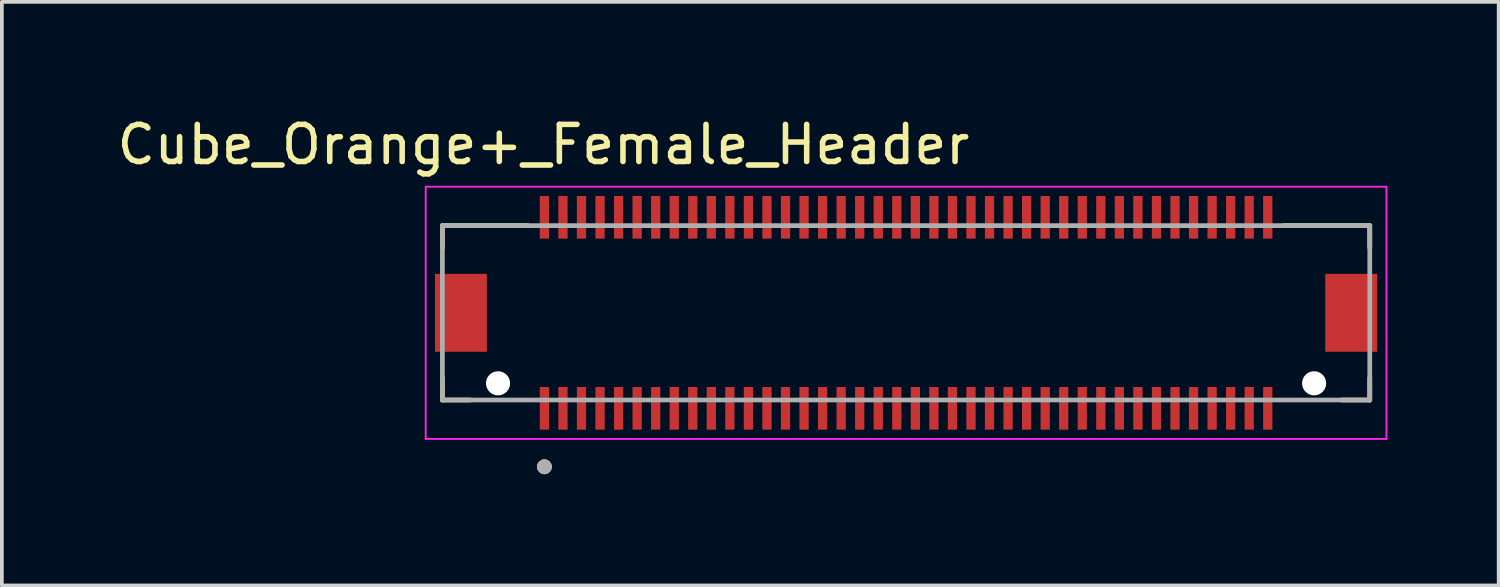
<source format=kicad_pcb>
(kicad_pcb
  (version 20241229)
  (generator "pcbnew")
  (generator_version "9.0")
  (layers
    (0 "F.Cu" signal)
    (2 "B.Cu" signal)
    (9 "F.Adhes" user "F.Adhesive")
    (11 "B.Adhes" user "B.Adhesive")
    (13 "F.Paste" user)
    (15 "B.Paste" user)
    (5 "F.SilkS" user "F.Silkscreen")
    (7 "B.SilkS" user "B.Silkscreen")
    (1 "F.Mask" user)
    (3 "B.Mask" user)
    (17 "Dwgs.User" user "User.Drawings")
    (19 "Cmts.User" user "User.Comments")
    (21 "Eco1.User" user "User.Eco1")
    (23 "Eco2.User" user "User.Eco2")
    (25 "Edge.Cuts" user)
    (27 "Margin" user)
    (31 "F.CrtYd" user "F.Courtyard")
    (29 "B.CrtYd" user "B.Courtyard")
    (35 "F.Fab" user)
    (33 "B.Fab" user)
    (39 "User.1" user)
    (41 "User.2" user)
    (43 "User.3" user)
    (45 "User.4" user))
  (footprint "Cube_Orange+_Female_Header"
    (layer "F.Cu")
    (at 21.376 5.383)
    (property "Reference" "Cube_Orange+_Female_Header" (at -9.775 -4.535 0) (layer "F.SilkS") (effects (font (size 1 1) (thickness 0.15))))
    (attr smd)
    (fp_line (start -12.5 -2.35) (end -12.5 -1.75) (stroke (width 0.127) (type solid)) (layer "F.SilkS"))
    (fp_line (start -12.5 2.35) (end -12.5 1.75) (stroke (width 0.127) (type solid)) (layer "F.SilkS"))
    (fp_line (start -12.5 2.35) (end -11.75 2.35) (stroke (width 0.127) (type solid)) (layer "F.SilkS"))
    (fp_line (start -10.195 -2.35) (end -12.5 -2.35) (stroke (width 0.127) (type solid)) (layer "F.SilkS"))
    (fp_line (start 11.75 2.35) (end 12.5 2.35) (stroke (width 0.127) (type solid)) (layer "F.SilkS"))
    (fp_line (start 12.5 -2.35) (end 10.195 -2.35) (stroke (width 0.127) (type solid)) (layer "F.SilkS"))
    (fp_line (start 12.5 -2.35) (end 12.5 -1.75) (stroke (width 0.127) (type solid)) (layer "F.SilkS"))
    (fp_line (start 12.5 2.35) (end 12.5 1.75) (stroke (width 0.127) (type solid)) (layer "F.SilkS"))
    (fp_circle (center -9.75 4.15) (end -9.65 4.15) (stroke (width 0.2) (type solid)) (fill no) (layer "F.SilkS"))
    (fp_line (start -12.95 -3.4) (end -12.95 3.4) (stroke (width 0.05) (type solid)) (layer "F.CrtYd"))
    (fp_line (start -12.95 3.4) (end 12.95 3.4) (stroke (width 0.05) (type solid)) (layer "F.CrtYd"))
    (fp_line (start 12.95 -3.4) (end -12.95 -3.4) (stroke (width 0.05) (type solid)) (layer "F.CrtYd"))
    (fp_line (start 12.95 3.4) (end 12.95 -3.4) (stroke (width 0.05) (type solid)) (layer "F.CrtYd"))
    (fp_line (start -12.5 -2.35) (end -12.5 2.35) (stroke (width 0.127) (type solid)) (layer "F.Fab"))
    (fp_line (start -12.5 2.35) (end 12.5 2.35) (stroke (width 0.127) (type solid)) (layer "F.Fab"))
    (fp_line (start 12.5 -2.35) (end -12.5 -2.35) (stroke (width 0.127) (type solid)) (layer "F.Fab"))
    (fp_line (start 12.5 2.35) (end 12.5 -2.35) (stroke (width 0.127) (type solid)) (layer "F.Fab"))
    (fp_circle (center -9.75 4.15) (end -9.65 4.15) (stroke (width 0.2) (type solid)) (fill no) (layer "F.Fab"))
    (pad "" np_thru_hole circle (at -11 1.9) (size 0.65 0.65) (drill 0.65) (layers "*.Cu" "*.Mask"))
    (pad "" np_thru_hole circle (at 11 1.9) (size 0.65 0.65) (drill 0.65) (layers "*.Cu" "*.Mask"))
    (pad "1" smd rect (at -9.75 2.575) (size 0.25 1.15) (layers "F.Cu" "F.Mask" "F.Paste"))
    (pad "2" smd rect (at -9.75 -2.575) (size 0.25 1.15) (layers "F.Cu" "F.Mask" "F.Paste"))
    (pad "3" smd rect (at -9.25 2.575) (size 0.25 1.15) (layers "F.Cu" "F.Mask" "F.Paste"))
    (pad "4" smd rect (at -9.25 -2.575) (size 0.25 1.15) (layers "F.Cu" "F.Mask" "F.Paste"))
    (pad "5" smd rect (at -8.75 2.575) (size 0.25 1.15) (layers "F.Cu" "F.Mask" "F.Paste"))
    (pad "6" smd rect (at -8.75 -2.575) (size 0.25 1.15) (layers "F.Cu" "F.Mask" "F.Paste"))
    (pad "7" smd rect (at -8.25 2.575) (size 0.25 1.15) (layers "F.Cu" "F.Mask" "F.Paste"))
    (pad "8" smd rect (at -8.25 -2.575) (size 0.25 1.15) (layers "F.Cu" "F.Mask" "F.Paste"))
    (pad "9" smd rect (at -7.75 2.575) (size 0.25 1.15) (layers "F.Cu" "F.Mask" "F.Paste"))
    (pad "10" smd rect (at -7.75 -2.575) (size 0.25 1.15) (layers "F.Cu" "F.Mask" "F.Paste"))
    (pad "11" smd rect (at -7.25 2.575) (size 0.25 1.15) (layers "F.Cu" "F.Mask" "F.Paste"))
    (pad "12" smd rect (at -7.25 -2.575) (size 0.25 1.15) (layers "F.Cu" "F.Mask" "F.Paste"))
    (pad "13" smd rect (at -6.75 2.575) (size 0.25 1.15) (layers "F.Cu" "F.Mask" "F.Paste"))
    (pad "14" smd rect (at -6.75 -2.575) (size 0.25 1.15) (layers "F.Cu" "F.Mask" "F.Paste"))
    (pad "15" smd rect (at -6.25 2.575) (size 0.25 1.15) (layers "F.Cu" "F.Mask" "F.Paste"))
    (pad "16" smd rect (at -6.25 -2.575) (size 0.25 1.15) (layers "F.Cu" "F.Mask" "F.Paste"))
    (pad "17" smd rect (at -5.75 2.575) (size 0.25 1.15) (layers "F.Cu" "F.Mask" "F.Paste"))
    (pad "18" smd rect (at -5.75 -2.575) (size 0.25 1.15) (layers "F.Cu" "F.Mask" "F.Paste"))
    (pad "19" smd rect (at -5.25 2.575) (size 0.25 1.15) (layers "F.Cu" "F.Mask" "F.Paste"))
    (pad "20" smd rect (at -5.25 -2.575) (size 0.25 1.15) (layers "F.Cu" "F.Mask" "F.Paste"))
    (pad "21" smd rect (at -4.75 2.575) (size 0.25 1.15) (layers "F.Cu" "F.Mask" "F.Paste"))
    (pad "22" smd rect (at -4.75 -2.575) (size 0.25 1.15) (layers "F.Cu" "F.Mask" "F.Paste"))
    (pad "23" smd rect (at -4.25 2.575) (size 0.25 1.15) (layers "F.Cu" "F.Mask" "F.Paste"))
    (pad "24" smd rect (at -4.25 -2.575) (size 0.25 1.15) (layers "F.Cu" "F.Mask" "F.Paste"))
    (pad "25" smd rect (at -3.75 2.575) (size 0.25 1.15) (layers "F.Cu" "F.Mask" "F.Paste"))
    (pad "26" smd rect (at -3.75 -2.575) (size 0.25 1.15) (layers "F.Cu" "F.Mask" "F.Paste"))
    (pad "27" smd rect (at -3.25 2.575) (size 0.25 1.15) (layers "F.Cu" "F.Mask" "F.Paste"))
    (pad "28" smd rect (at -3.25 -2.575) (size 0.25 1.15) (layers "F.Cu" "F.Mask" "F.Paste"))
    (pad "29" smd rect (at -2.75 2.575) (size 0.25 1.15) (layers "F.Cu" "F.Mask" "F.Paste"))
    (pad "30" smd rect (at -2.75 -2.575) (size 0.25 1.15) (layers "F.Cu" "F.Mask" "F.Paste"))
    (pad "31" smd rect (at -2.25 2.575) (size 0.25 1.15) (layers "F.Cu" "F.Mask" "F.Paste"))
    (pad "32" smd rect (at -2.25 -2.575) (size 0.25 1.15) (layers "F.Cu" "F.Mask" "F.Paste"))
    (pad "33" smd rect (at -1.75 2.575) (size 0.25 1.15) (layers "F.Cu" "F.Mask" "F.Paste"))
    (pad "34" smd rect (at -1.75 -2.575) (size 0.25 1.15) (layers "F.Cu" "F.Mask" "F.Paste"))
    (pad "35" smd rect (at -1.25 2.575) (size 0.25 1.15) (layers "F.Cu" "F.Mask" "F.Paste"))
    (pad "36" smd rect (at -1.25 -2.575) (size 0.25 1.15) (layers "F.Cu" "F.Mask" "F.Paste"))
    (pad "37" smd rect (at -0.75 2.575) (size 0.25 1.15) (layers "F.Cu" "F.Mask" "F.Paste"))
    (pad "38" smd rect (at -0.75 -2.575) (size 0.25 1.15) (layers "F.Cu" "F.Mask" "F.Paste"))
    (pad "39" smd rect (at -0.25 2.575) (size 0.25 1.15) (layers "F.Cu" "F.Mask" "F.Paste"))
    (pad "40" smd rect (at -0.25 -2.575) (size 0.25 1.15) (layers "F.Cu" "F.Mask" "F.Paste"))
    (pad "41" smd rect (at 0.25 2.575) (size 0.25 1.15) (layers "F.Cu" "F.Mask" "F.Paste"))
    (pad "42" smd rect (at 0.25 -2.575) (size 0.25 1.15) (layers "F.Cu" "F.Mask" "F.Paste"))
    (pad "43" smd rect (at 0.75 2.575) (size 0.25 1.15) (layers "F.Cu" "F.Mask" "F.Paste"))
    (pad "44" smd rect (at 0.75 -2.575) (size 0.25 1.15) (layers "F.Cu" "F.Mask" "F.Paste"))
    (pad "45" smd rect (at 1.25 2.575) (size 0.25 1.15) (layers "F.Cu" "F.Mask" "F.Paste"))
    (pad "46" smd rect (at 1.25 -2.575) (size 0.25 1.15) (layers "F.Cu" "F.Mask" "F.Paste"))
    (pad "47" smd rect (at 1.75 2.575) (size 0.25 1.15) (layers "F.Cu" "F.Mask" "F.Paste"))
    (pad "48" smd rect (at 1.75 -2.575) (size 0.25 1.15) (layers "F.Cu" "F.Mask" "F.Paste"))
    (pad "49" smd rect (at 2.25 2.575) (size 0.25 1.15) (layers "F.Cu" "F.Mask" "F.Paste"))
    (pad "50" smd rect (at 2.25 -2.575) (size 0.25 1.15) (layers "F.Cu" "F.Mask" "F.Paste"))
    (pad "51" smd rect (at 2.75 2.575) (size 0.25 1.15) (layers "F.Cu" "F.Mask" "F.Paste"))
    (pad "52" smd rect (at 2.75 -2.575) (size 0.25 1.15) (layers "F.Cu" "F.Mask" "F.Paste"))
    (pad "53" smd rect (at 3.25 2.575) (size 0.25 1.15) (layers "F.Cu" "F.Mask" "F.Paste"))
    (pad "54" smd rect (at 3.25 -2.575) (size 0.25 1.15) (layers "F.Cu" "F.Mask" "F.Paste"))
    (pad "55" smd rect (at 3.75 2.575) (size 0.25 1.15) (layers "F.Cu" "F.Mask" "F.Paste"))
    (pad "56" smd rect (at 3.75 -2.575) (size 0.25 1.15) (layers "F.Cu" "F.Mask" "F.Paste"))
    (pad "57" smd rect (at 4.25 2.575) (size 0.25 1.15) (layers "F.Cu" "F.Mask" "F.Paste"))
    (pad "58" smd rect (at 4.25 -2.575) (size 0.25 1.15) (layers "F.Cu" "F.Mask" "F.Paste"))
    (pad "59" smd rect (at 4.75 2.575) (size 0.25 1.15) (layers "F.Cu" "F.Mask" "F.Paste"))
    (pad "60" smd rect (at 4.75 -2.575) (size 0.25 1.15) (layers "F.Cu" "F.Mask" "F.Paste"))
    (pad "61" smd rect (at 5.25 2.575) (size 0.25 1.15) (layers "F.Cu" "F.Mask" "F.Paste"))
    (pad "62" smd rect (at 5.25 -2.575) (size 0.25 1.15) (layers "F.Cu" "F.Mask" "F.Paste"))
    (pad "63" smd rect (at 5.75 2.575) (size 0.25 1.15) (layers "F.Cu" "F.Mask" "F.Paste"))
    (pad "64" smd rect (at 5.75 -2.575) (size 0.25 1.15) (layers "F.Cu" "F.Mask" "F.Paste"))
    (pad "65" smd rect (at 6.25 2.575) (size 0.25 1.15) (layers "F.Cu" "F.Mask" "F.Paste"))
    (pad "66" smd rect (at 6.25 -2.575) (size 0.25 1.15) (layers "F.Cu" "F.Mask" "F.Paste"))
    (pad "67" smd rect (at 6.75 2.575) (size 0.25 1.15) (layers "F.Cu" "F.Mask" "F.Paste"))
    (pad "68" smd rect (at 6.75 -2.575) (size 0.25 1.15) (layers "F.Cu" "F.Mask" "F.Paste"))
    (pad "69" smd rect (at 7.25 2.575) (size 0.25 1.15) (layers "F.Cu" "F.Mask" "F.Paste"))
    (pad "70" smd rect (at 7.25 -2.575) (size 0.25 1.15) (layers "F.Cu" "F.Mask" "F.Paste"))
    (pad "71" smd rect (at 7.75 2.575) (size 0.25 1.15) (layers "F.Cu" "F.Mask" "F.Paste"))
    (pad "72" smd rect (at 7.75 -2.575) (size 0.25 1.15) (layers "F.Cu" "F.Mask" "F.Paste"))
    (pad "73" smd rect (at 8.25 2.575) (size 0.25 1.15) (layers "F.Cu" "F.Mask" "F.Paste"))
    (pad "74" smd rect (at 8.25 -2.575) (size 0.25 1.15) (layers "F.Cu" "F.Mask" "F.Paste"))
    (pad "75" smd rect (at 8.75 2.575) (size 0.25 1.15) (layers "F.Cu" "F.Mask" "F.Paste"))
    (pad "76" smd rect (at 8.75 -2.575) (size 0.25 1.15) (layers "F.Cu" "F.Mask" "F.Paste"))
    (pad "77" smd rect (at 9.25 2.575) (size 0.25 1.15) (layers "F.Cu" "F.Mask" "F.Paste"))
    (pad "78" smd rect (at 9.25 -2.575) (size 0.25 1.15) (layers "F.Cu" "F.Mask" "F.Paste"))
    (pad "79" smd rect (at 9.75 2.575) (size 0.25 1.15) (layers "F.Cu" "F.Mask" "F.Paste"))
    (pad "80" smd rect (at 9.75 -2.575) (size 0.25 1.15) (layers "F.Cu" "F.Mask" "F.Paste"))
    (pad "S1" smd rect (at -12 0) (size 1.4 2.1) (layers "F.Cu" "F.Mask" "F.Paste"))
    (pad "S2" smd rect (at 12 0) (size 1.4 2.1) (layers "F.Cu" "F.Mask" "F.Paste"))
    (zone (net_name "") (layer "F.Cu") (hatch full 0.508) (connect_pads) (min_thickness 0.01) (filled_areas_thickness no) (keepout (tracks not_allowed) (vias not_allowed) (pads not_allowed) (copperpour not_allowed) (footprints allowed)) (placement (enabled no)) (fill) (polygon (pts (xy 10.076 3.383) (xy 32.676 3.383) (xy 32.676 7.383) (xy 10.076 7.383))))
    (zone (net_name "") (layers "F.Cu" "B.Cu") (hatch full 0.508) (connect_pads) (min_thickness 0.01) (filled_areas_thickness no) (keepout (tracks allowed) (vias not_allowed) (pads allowed) (copperpour allowed) (footprints allowed)) (placement (enabled no)) (fill) (polygon (pts (xy 10.076 3.383) (xy 32.676 3.383) (xy 32.676 7.383) (xy 10.076 7.383)))))
  (gr_rect
    (start -3 -3)
    (end 37.351 12.733)
    (stroke (width 0.1) (type default))
    (fill no)
    (layer "Edge.Cuts")))
</source>
